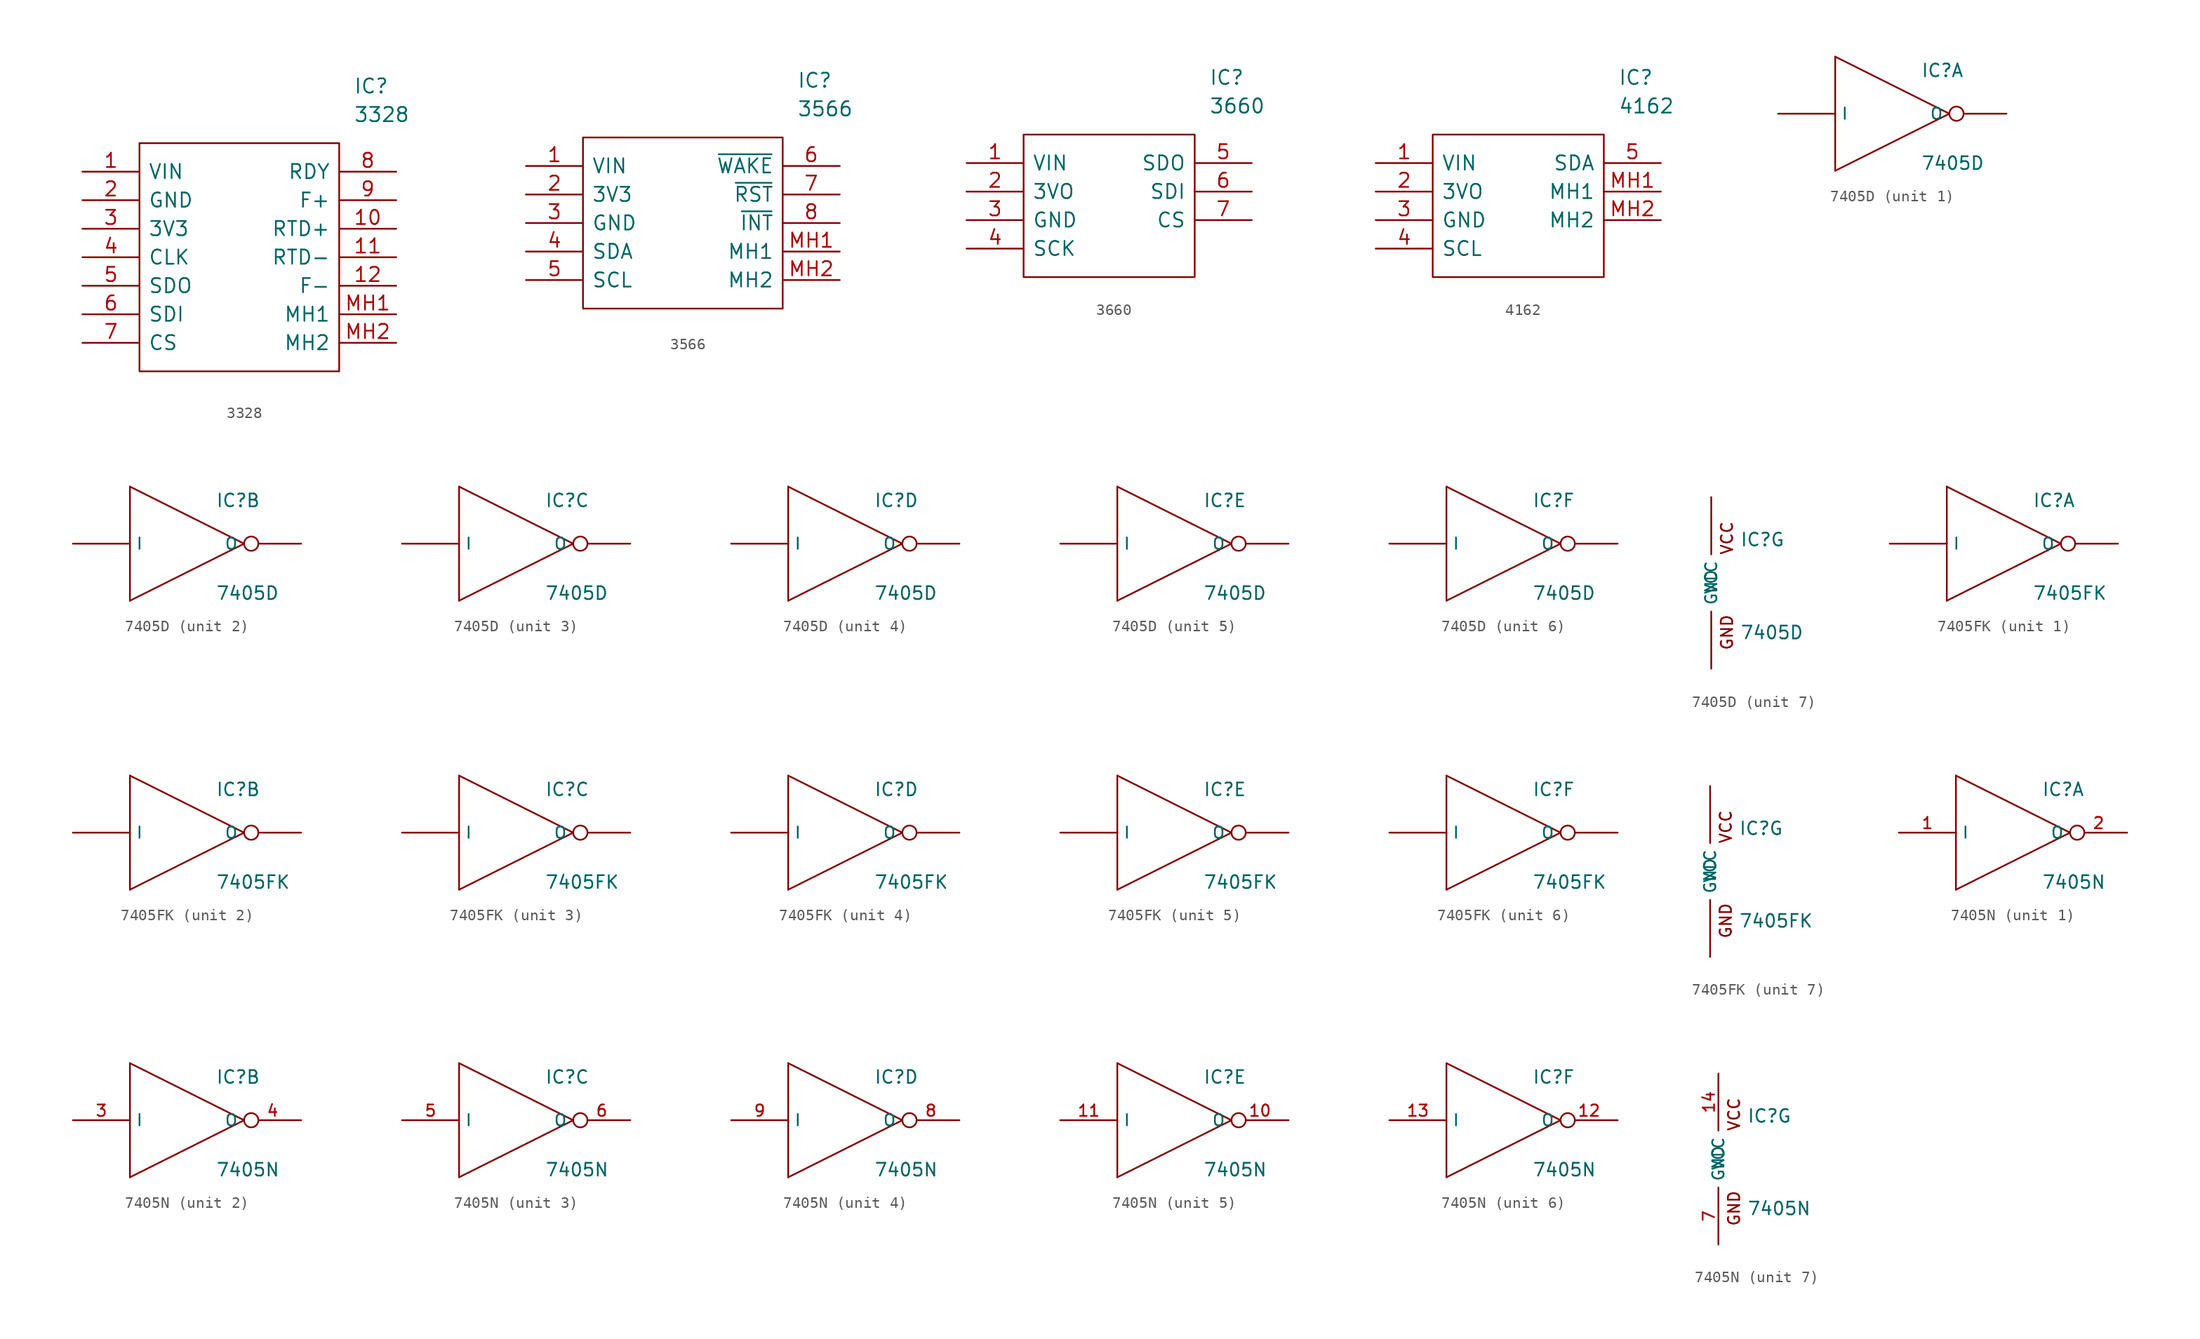
<source format=kicad_sym>
(kicad_symbol_lib
  (version 20201005)
  (generator kicad_symbol_editor)
  (symbol "Zimprich:3328"
    (pin_names
      (offset 0.762))
    (property "Reference" "IC"
      (at 24.13 7.62 0)
      (effects (font (size 1.27 1.27)) (justify left)))
    (property "Value" "3328"
      (at 24.13 5.08 0)
      (effects (font (size 1.27 1.27)) (justify left)))
    (symbol "3328_0_0"
      (pin bidirectional line (at 0 0 0) (length 5.08) (name "VIN" (effects (font (size 1.27 1.27)))) (number "1" (effects (font (size 1.27 1.27)))))
      (pin bidirectional line (at 27.94 -5.08 180) (length 5.08) (name "RTD+" (effects (font (size 1.27 1.27)))) (number "10" (effects (font (size 1.27 1.27)))))
      (pin bidirectional line (at 27.94 -7.62 180) (length 5.08) (name "RTD-" (effects (font (size 1.27 1.27)))) (number "11" (effects (font (size 1.27 1.27)))))
      (pin bidirectional line (at 27.94 -10.16 180) (length 5.08) (name "F-" (effects (font (size 1.27 1.27)))) (number "12" (effects (font (size 1.27 1.27)))))
      (pin bidirectional line (at 0 -2.54 0) (length 5.08) (name "GND" (effects (font (size 1.27 1.27)))) (number "2" (effects (font (size 1.27 1.27)))))
      (pin bidirectional line (at 0 -5.08 0) (length 5.08) (name "3V3" (effects (font (size 1.27 1.27)))) (number "3" (effects (font (size 1.27 1.27)))))
      (pin bidirectional line (at 0 -7.62 0) (length 5.08) (name "CLK" (effects (font (size 1.27 1.27)))) (number "4" (effects (font (size 1.27 1.27)))))
      (pin bidirectional line (at 0 -10.16 0) (length 5.08) (name "SDO" (effects (font (size 1.27 1.27)))) (number "5" (effects (font (size 1.27 1.27)))))
      (pin bidirectional line (at 0 -12.7 0) (length 5.08) (name "SDI" (effects (font (size 1.27 1.27)))) (number "6" (effects (font (size 1.27 1.27)))))
      (pin bidirectional line (at 0 -15.24 0) (length 5.08) (name "CS" (effects (font (size 1.27 1.27)))) (number "7" (effects (font (size 1.27 1.27)))))
      (pin bidirectional line (at 27.94 0 180) (length 5.08) (name "RDY" (effects (font (size 1.27 1.27)))) (number "8" (effects (font (size 1.27 1.27)))))
      (pin bidirectional line (at 27.94 -2.54 180) (length 5.08) (name "F+" (effects (font (size 1.27 1.27)))) (number "9" (effects (font (size 1.27 1.27)))))
      (pin bidirectional line (at 27.94 -12.7 180) (length 5.08) (name "MH1" (effects (font (size 1.27 1.27)))) (number "MH1" (effects (font (size 1.27 1.27)))))
      (pin bidirectional line (at 27.94 -15.24 180) (length 5.08) (name "MH2" (effects (font (size 1.27 1.27)))) (number "MH2" (effects (font (size 1.27 1.27))))))
    (symbol "3328_0_1"
      (polyline (pts (xy 5.08 2.54) (xy 22.86 2.54) (xy 22.86 -17.78) (xy 5.08 -17.78) (xy 5.08 2.54)) (stroke (width 0.152)) (fill (type none)))))
  (symbol "Zimprich:3566"
    (pin_names
      (offset 0.762))
    (property "Reference" "IC"
      (at 24.13 7.62 0)
      (effects (font (size 1.27 1.27)) (justify left)))
    (property "Value" "3566"
      (at 24.13 5.08 0)
      (effects (font (size 1.27 1.27)) (justify left)))
    (symbol "3566_0_0"
      (pin bidirectional line (at 0 0 0) (length 5.08) (name "VIN" (effects (font (size 1.27 1.27)))) (number "1" (effects (font (size 1.27 1.27)))))
      (pin bidirectional line (at 0 -2.54 0) (length 5.08) (name "3V3" (effects (font (size 1.27 1.27)))) (number "2" (effects (font (size 1.27 1.27)))))
      (pin bidirectional line (at 0 -5.08 0) (length 5.08) (name "GND" (effects (font (size 1.27 1.27)))) (number "3" (effects (font (size 1.27 1.27)))))
      (pin bidirectional line (at 0 -7.62 0) (length 5.08) (name "SDA" (effects (font (size 1.27 1.27)))) (number "4" (effects (font (size 1.27 1.27)))))
      (pin bidirectional line (at 0 -10.16 0) (length 5.08) (name "SCL" (effects (font (size 1.27 1.27)))) (number "5" (effects (font (size 1.27 1.27)))))
      (pin bidirectional line (at 27.94 0 180) (length 5.08) (name "~WAKE" (effects (font (size 1.27 1.27)))) (number "6" (effects (font (size 1.27 1.27)))))
      (pin bidirectional line (at 27.94 -2.54 180) (length 5.08) (name "~RST" (effects (font (size 1.27 1.27)))) (number "7" (effects (font (size 1.27 1.27)))))
      (pin bidirectional line (at 27.94 -5.08 180) (length 5.08) (name "~INT" (effects (font (size 1.27 1.27)))) (number "8" (effects (font (size 1.27 1.27)))))
      (pin bidirectional line (at 27.94 -7.62 180) (length 5.08) (name "MH1" (effects (font (size 1.27 1.27)))) (number "MH1" (effects (font (size 1.27 1.27)))))
      (pin bidirectional line (at 27.94 -10.16 180) (length 5.08) (name "MH2" (effects (font (size 1.27 1.27)))) (number "MH2" (effects (font (size 1.27 1.27))))))
    (symbol "3566_0_1"
      (polyline (pts (xy 5.08 2.54) (xy 22.86 2.54) (xy 22.86 -12.7) (xy 5.08 -12.7) (xy 5.08 2.54)) (stroke (width 0.152)) (fill (type none)))))
  (symbol "Zimprich:3660"
    (pin_names
      (offset 0.762))
    (property "Reference" "IC"
      (at 21.59 7.62 0)
      (effects (font (size 1.27 1.27)) (justify left)))
    (property "Value" "3660"
      (at 21.59 5.08 0)
      (effects (font (size 1.27 1.27)) (justify left)))
    (symbol "3660_0_0"
      (pin bidirectional line (at 0 0 0) (length 5.08) (name "VIN" (effects (font (size 1.27 1.27)))) (number "1" (effects (font (size 1.27 1.27)))))
      (pin bidirectional line (at 0 -2.54 0) (length 5.08) (name "3VO" (effects (font (size 1.27 1.27)))) (number "2" (effects (font (size 1.27 1.27)))))
      (pin bidirectional line (at 0 -5.08 0) (length 5.08) (name "GND" (effects (font (size 1.27 1.27)))) (number "3" (effects (font (size 1.27 1.27)))))
      (pin bidirectional line (at 0 -7.62 0) (length 5.08) (name "SCK" (effects (font (size 1.27 1.27)))) (number "4" (effects (font (size 1.27 1.27)))))
      (pin bidirectional line (at 25.4 0 180) (length 5.08) (name "SDO" (effects (font (size 1.27 1.27)))) (number "5" (effects (font (size 1.27 1.27)))))
      (pin bidirectional line (at 25.4 -2.54 180) (length 5.08) (name "SDI" (effects (font (size 1.27 1.27)))) (number "6" (effects (font (size 1.27 1.27)))))
      (pin bidirectional line (at 25.4 -5.08 180) (length 5.08) (name "CS" (effects (font (size 1.27 1.27)))) (number "7" (effects (font (size 1.27 1.27))))))
    (symbol "3660_0_1"
      (polyline (pts (xy 5.08 2.54) (xy 20.32 2.54) (xy 20.32 -10.16) (xy 5.08 -10.16) (xy 5.08 2.54)) (stroke (width 0.152)) (fill (type none)))))
  (symbol "Zimprich:4162"
    (pin_names
      (offset 0.762))
    (property "Reference" "IC"
      (at 21.59 7.62 0)
      (effects (font (size 1.27 1.27)) (justify left)))
    (property "Value" "4162"
      (at 21.59 5.08 0)
      (effects (font (size 1.27 1.27)) (justify left)))
    (symbol "4162_0_0"
      (pin unspecified line (at 0 0 0) (length 5.08) (name "VIN" (effects (font (size 1.27 1.27)))) (number "1" (effects (font (size 1.27 1.27)))))
      (pin unspecified line (at 0 -2.54 0) (length 5.08) (name "3VO" (effects (font (size 1.27 1.27)))) (number "2" (effects (font (size 1.27 1.27)))))
      (pin unspecified line (at 0 -5.08 0) (length 5.08) (name "GND" (effects (font (size 1.27 1.27)))) (number "3" (effects (font (size 1.27 1.27)))))
      (pin unspecified line (at 0 -7.62 0) (length 5.08) (name "SCL" (effects (font (size 1.27 1.27)))) (number "4" (effects (font (size 1.27 1.27)))))
      (pin unspecified line (at 25.4 0 180) (length 5.08) (name "SDA" (effects (font (size 1.27 1.27)))) (number "5" (effects (font (size 1.27 1.27)))))
      (pin unspecified line (at 25.4 -2.54 180) (length 5.08) (name "MH1" (effects (font (size 1.27 1.27)))) (number "MH1" (effects (font (size 1.27 1.27)))))
      (pin unspecified line (at 25.4 -5.08 180) (length 5.08) (name "MH2" (effects (font (size 1.27 1.27)))) (number "MH2" (effects (font (size 1.27 1.27))))))
    (symbol "4162_0_1"
      (polyline (pts (xy 5.08 2.54) (xy 20.32 2.54) (xy 20.32 -10.16) (xy 5.08 -10.16) (xy 5.08 2.54)) (stroke (width 0.152)) (fill (type none)))))
  (symbol "Zimprich:7405D"
    (pin_numbers hide)
    (property "Reference" "IC"
      (at 2.54 3.175 0)
      (effects (font (size 1.143 1.143)) (justify left bottom)))
    (property "Value" "7405D"
      (at 2.54 -5.08 0)
      (effects (font (size 1.143 1.143)) (justify left bottom)))
    (property "ki_locked" ""
      (at 0 0 0)
      (effects (font (size 1.27 1.27))))
    (symbol "7405D_1_0"
      (polyline (pts (xy -5.08 -5.08) (xy -5.08 5.08)) (stroke (width 0)) (fill (type none)))
      (polyline (pts (xy -5.08 5.08) (xy 5.08 0)) (stroke (width 0)) (fill (type none)))
      (polyline (pts (xy 5.08 0) (xy -5.08 -5.08)) (stroke (width 0)) (fill (type none))))
    (symbol "7405D_1_1"
      (pin input line (at -10.16 0 0) (length 5.08) (name "I" (effects (font (size 1.016 1.016)))) (number "1" (effects (font (size 1.016 1.016)))))
      (pin open_collector inverted (at 10.16 0 180) (length 5.08) (name "O" (effects (font (size 1.016 1.016)))) (number "2" (effects (font (size 1.016 1.016))))))
    (symbol "7405D_2_0"
      (polyline (pts (xy -5.08 -5.08) (xy -5.08 5.08)) (stroke (width 0)) (fill (type none)))
      (polyline (pts (xy -5.08 5.08) (xy 5.08 0)) (stroke (width 0)) (fill (type none)))
      (polyline (pts (xy 5.08 0) (xy -5.08 -5.08)) (stroke (width 0)) (fill (type none))))
    (symbol "7405D_2_1"
      (pin input line (at -10.16 0 0) (length 5.08) (name "I" (effects (font (size 1.016 1.016)))) (number "3" (effects (font (size 1.016 1.016)))))
      (pin open_collector inverted (at 10.16 0 180) (length 5.08) (name "O" (effects (font (size 1.016 1.016)))) (number "4" (effects (font (size 1.016 1.016))))))
    (symbol "7405D_3_0"
      (polyline (pts (xy -5.08 -5.08) (xy -5.08 5.08)) (stroke (width 0)) (fill (type none)))
      (polyline (pts (xy -5.08 5.08) (xy 5.08 0)) (stroke (width 0)) (fill (type none)))
      (polyline (pts (xy 5.08 0) (xy -5.08 -5.08)) (stroke (width 0)) (fill (type none))))
    (symbol "7405D_3_1"
      (pin input line (at -10.16 0 0) (length 5.08) (name "I" (effects (font (size 1.016 1.016)))) (number "5" (effects (font (size 1.016 1.016)))))
      (pin open_collector inverted (at 10.16 0 180) (length 5.08) (name "O" (effects (font (size 1.016 1.016)))) (number "6" (effects (font (size 1.016 1.016))))))
    (symbol "7405D_4_0"
      (polyline (pts (xy -5.08 -5.08) (xy -5.08 5.08)) (stroke (width 0)) (fill (type none)))
      (polyline (pts (xy -5.08 5.08) (xy 5.08 0)) (stroke (width 0)) (fill (type none)))
      (polyline (pts (xy 5.08 0) (xy -5.08 -5.08)) (stroke (width 0)) (fill (type none))))
    (symbol "7405D_4_1"
      (pin open_collector inverted (at 10.16 0 180) (length 5.08) (name "O" (effects (font (size 1.016 1.016)))) (number "8" (effects (font (size 1.016 1.016)))))
      (pin input line (at -10.16 0 0) (length 5.08) (name "I" (effects (font (size 1.016 1.016)))) (number "9" (effects (font (size 1.016 1.016))))))
    (symbol "7405D_5_0"
      (polyline (pts (xy -5.08 -5.08) (xy -5.08 5.08)) (stroke (width 0)) (fill (type none)))
      (polyline (pts (xy -5.08 5.08) (xy 5.08 0)) (stroke (width 0)) (fill (type none)))
      (polyline (pts (xy 5.08 0) (xy -5.08 -5.08)) (stroke (width 0)) (fill (type none))))
    (symbol "7405D_5_1"
      (pin open_collector inverted (at 10.16 0 180) (length 5.08) (name "O" (effects (font (size 1.016 1.016)))) (number "10" (effects (font (size 1.016 1.016)))))
      (pin input line (at -10.16 0 0) (length 5.08) (name "I" (effects (font (size 1.016 1.016)))) (number "11" (effects (font (size 1.016 1.016))))))
    (symbol "7405D_6_0"
      (polyline (pts (xy -5.08 -5.08) (xy -5.08 5.08)) (stroke (width 0)) (fill (type none)))
      (polyline (pts (xy -5.08 5.08) (xy 5.08 0)) (stroke (width 0)) (fill (type none)))
      (polyline (pts (xy 5.08 0) (xy -5.08 -5.08)) (stroke (width 0)) (fill (type none))))
    (symbol "7405D_6_1"
      (pin open_collector inverted (at 10.16 0 180) (length 5.08) (name "O" (effects (font (size 1.016 1.016)))) (number "12" (effects (font (size 1.016 1.016)))))
      (pin input line (at -10.16 0 0) (length 5.08) (name "I" (effects (font (size 1.016 1.016)))) (number "13" (effects (font (size 1.016 1.016))))))
    (symbol "7405D_7_0"
      (text "GND" (at 1.397 -4.394 900) (effects (font (size 1.016 1.016))))
      (text "VCC" (at 1.397 3.988 900) (effects (font (size 1.016 1.016)))))
    (symbol "7405D_7_1"
      (pin power_in line (at 0 7.62 270) (length 5.08) (name "VCC" (effects (font (size 1.016 1.016)))) (number "14" (effects (font (size 1.016 1.016)))))
      (pin power_in line (at 0 -7.62 90) (length 5.08) (name "GND" (effects (font (size 1.016 1.016)))) (number "7" (effects (font (size 1.016 1.016)))))))
  (symbol "Zimprich:7405FK"
    (pin_numbers hide)
    (property "Reference" "IC"
      (at 2.54 3.175 0)
      (effects (font (size 1.143 1.143)) (justify left bottom)))
    (property "Value" "7405FK"
      (at 2.54 -5.08 0)
      (effects (font (size 1.143 1.143)) (justify left bottom)))
    (property "ki_locked" ""
      (at 0 0 0)
      (effects (font (size 1.27 1.27))))
    (symbol "7405FK_1_0"
      (polyline (pts (xy -5.08 -5.08) (xy -5.08 5.08)) (stroke (width 0)) (fill (type none)))
      (polyline (pts (xy -5.08 5.08) (xy 5.08 0)) (stroke (width 0)) (fill (type none)))
      (polyline (pts (xy 5.08 0) (xy -5.08 -5.08)) (stroke (width 0)) (fill (type none))))
    (symbol "7405FK_1_1"
      (pin input line (at -10.16 0 0) (length 5.08) (name "I" (effects (font (size 1.016 1.016)))) (number "2" (effects (font (size 1.016 1.016)))))
      (pin open_collector inverted (at 10.16 0 180) (length 5.08) (name "O" (effects (font (size 1.016 1.016)))) (number "3" (effects (font (size 1.016 1.016))))))
    (symbol "7405FK_2_0"
      (polyline (pts (xy -5.08 -5.08) (xy -5.08 5.08)) (stroke (width 0)) (fill (type none)))
      (polyline (pts (xy -5.08 5.08) (xy 5.08 0)) (stroke (width 0)) (fill (type none)))
      (polyline (pts (xy 5.08 0) (xy -5.08 -5.08)) (stroke (width 0)) (fill (type none))))
    (symbol "7405FK_2_1"
      (pin input line (at -10.16 0 0) (length 5.08) (name "I" (effects (font (size 1.016 1.016)))) (number "4" (effects (font (size 1.016 1.016)))))
      (pin open_collector inverted (at 10.16 0 180) (length 5.08) (name "O" (effects (font (size 1.016 1.016)))) (number "6" (effects (font (size 1.016 1.016))))))
    (symbol "7405FK_3_0"
      (polyline (pts (xy -5.08 -5.08) (xy -5.08 5.08)) (stroke (width 0)) (fill (type none)))
      (polyline (pts (xy -5.08 5.08) (xy 5.08 0)) (stroke (width 0)) (fill (type none)))
      (polyline (pts (xy 5.08 0) (xy -5.08 -5.08)) (stroke (width 0)) (fill (type none))))
    (symbol "7405FK_3_1"
      (pin input line (at -10.16 0 0) (length 5.08) (name "I" (effects (font (size 1.016 1.016)))) (number "8" (effects (font (size 1.016 1.016)))))
      (pin open_collector inverted (at 10.16 0 180) (length 5.08) (name "O" (effects (font (size 1.016 1.016)))) (number "9" (effects (font (size 1.016 1.016))))))
    (symbol "7405FK_4_0"
      (polyline (pts (xy -5.08 -5.08) (xy -5.08 5.08)) (stroke (width 0)) (fill (type none)))
      (polyline (pts (xy -5.08 5.08) (xy 5.08 0)) (stroke (width 0)) (fill (type none)))
      (polyline (pts (xy 5.08 0) (xy -5.08 -5.08)) (stroke (width 0)) (fill (type none))))
    (symbol "7405FK_4_1"
      (pin open_collector inverted (at 10.16 0 180) (length 5.08) (name "O" (effects (font (size 1.016 1.016)))) (number "12" (effects (font (size 1.016 1.016)))))
      (pin input line (at -10.16 0 0) (length 5.08) (name "I" (effects (font (size 1.016 1.016)))) (number "13" (effects (font (size 1.016 1.016))))))
    (symbol "7405FK_5_0"
      (polyline (pts (xy -5.08 -5.08) (xy -5.08 5.08)) (stroke (width 0)) (fill (type none)))
      (polyline (pts (xy -5.08 5.08) (xy 5.08 0)) (stroke (width 0)) (fill (type none)))
      (polyline (pts (xy 5.08 0) (xy -5.08 -5.08)) (stroke (width 0)) (fill (type none))))
    (symbol "7405FK_5_1"
      (pin open_collector inverted (at 10.16 0 180) (length 5.08) (name "O" (effects (font (size 1.016 1.016)))) (number "14" (effects (font (size 1.016 1.016)))))
      (pin input line (at -10.16 0 0) (length 5.08) (name "I" (effects (font (size 1.016 1.016)))) (number "16" (effects (font (size 1.016 1.016))))))
    (symbol "7405FK_6_0"
      (polyline (pts (xy -5.08 -5.08) (xy -5.08 5.08)) (stroke (width 0)) (fill (type none)))
      (polyline (pts (xy -5.08 5.08) (xy 5.08 0)) (stroke (width 0)) (fill (type none)))
      (polyline (pts (xy 5.08 0) (xy -5.08 -5.08)) (stroke (width 0)) (fill (type none))))
    (symbol "7405FK_6_1"
      (pin open_collector inverted (at 10.16 0 180) (length 5.08) (name "O" (effects (font (size 1.016 1.016)))) (number "18" (effects (font (size 1.016 1.016)))))
      (pin input line (at -10.16 0 0) (length 5.08) (name "I" (effects (font (size 1.016 1.016)))) (number "19" (effects (font (size 1.016 1.016))))))
    (symbol "7405FK_7_0"
      (text "GND" (at 1.397 -4.394 900) (effects (font (size 1.016 1.016))))
      (text "VCC" (at 1.397 3.988 900) (effects (font (size 1.016 1.016)))))
    (symbol "7405FK_7_1"
      (pin power_in line (at 0 -7.62 90) (length 5.08) (name "GND" (effects (font (size 1.016 1.016)))) (number "10" (effects (font (size 1.016 1.016)))))
      (pin power_in line (at 0 7.62 270) (length 5.08) (name "VCC" (effects (font (size 1.016 1.016)))) (number "20" (effects (font (size 1.016 1.016)))))))
  (symbol "Zimprich:7405N"
    (property "Reference" "IC"
      (at 2.54 3.175 0)
      (effects (font (size 1.143 1.143)) (justify left bottom)))
    (property "Value" "7405N"
      (at 2.54 -5.08 0)
      (effects (font (size 1.143 1.143)) (justify left bottom)))
    (property "ki_locked" ""
      (at 0 0 0)
      (effects (font (size 1.27 1.27))))
    (symbol "7405N_1_0"
      (polyline (pts (xy -5.08 -5.08) (xy -5.08 5.08)) (stroke (width 0)) (fill (type none)))
      (polyline (pts (xy -5.08 5.08) (xy 5.08 0)) (stroke (width 0)) (fill (type none)))
      (polyline (pts (xy 5.08 0) (xy -5.08 -5.08)) (stroke (width 0)) (fill (type none))))
    (symbol "7405N_1_1"
      (pin input line (at -10.16 0 0) (length 5.08) (name "I" (effects (font (size 1.016 1.016)))) (number "1" (effects (font (size 1.016 1.016)))))
      (pin open_collector inverted (at 10.16 0 180) (length 5.08) (name "O" (effects (font (size 1.016 1.016)))) (number "2" (effects (font (size 1.016 1.016))))))
    (symbol "7405N_2_0"
      (polyline (pts (xy -5.08 -5.08) (xy -5.08 5.08)) (stroke (width 0)) (fill (type none)))
      (polyline (pts (xy -5.08 5.08) (xy 5.08 0)) (stroke (width 0)) (fill (type none)))
      (polyline (pts (xy 5.08 0) (xy -5.08 -5.08)) (stroke (width 0)) (fill (type none))))
    (symbol "7405N_2_1"
      (pin input line (at -10.16 0 0) (length 5.08) (name "I" (effects (font (size 1.016 1.016)))) (number "3" (effects (font (size 1.016 1.016)))))
      (pin open_collector inverted (at 10.16 0 180) (length 5.08) (name "O" (effects (font (size 1.016 1.016)))) (number "4" (effects (font (size 1.016 1.016))))))
    (symbol "7405N_3_0"
      (polyline (pts (xy -5.08 -5.08) (xy -5.08 5.08)) (stroke (width 0)) (fill (type none)))
      (polyline (pts (xy -5.08 5.08) (xy 5.08 0)) (stroke (width 0)) (fill (type none)))
      (polyline (pts (xy 5.08 0) (xy -5.08 -5.08)) (stroke (width 0)) (fill (type none))))
    (symbol "7405N_3_1"
      (pin input line (at -10.16 0 0) (length 5.08) (name "I" (effects (font (size 1.016 1.016)))) (number "5" (effects (font (size 1.016 1.016)))))
      (pin open_collector inverted (at 10.16 0 180) (length 5.08) (name "O" (effects (font (size 1.016 1.016)))) (number "6" (effects (font (size 1.016 1.016))))))
    (symbol "7405N_4_0"
      (polyline (pts (xy -5.08 -5.08) (xy -5.08 5.08)) (stroke (width 0)) (fill (type none)))
      (polyline (pts (xy -5.08 5.08) (xy 5.08 0)) (stroke (width 0)) (fill (type none)))
      (polyline (pts (xy 5.08 0) (xy -5.08 -5.08)) (stroke (width 0)) (fill (type none))))
    (symbol "7405N_4_1"
      (pin open_collector inverted (at 10.16 0 180) (length 5.08) (name "O" (effects (font (size 1.016 1.016)))) (number "8" (effects (font (size 1.016 1.016)))))
      (pin input line (at -10.16 0 0) (length 5.08) (name "I" (effects (font (size 1.016 1.016)))) (number "9" (effects (font (size 1.016 1.016))))))
    (symbol "7405N_5_0"
      (polyline (pts (xy -5.08 -5.08) (xy -5.08 5.08)) (stroke (width 0)) (fill (type none)))
      (polyline (pts (xy -5.08 5.08) (xy 5.08 0)) (stroke (width 0)) (fill (type none)))
      (polyline (pts (xy 5.08 0) (xy -5.08 -5.08)) (stroke (width 0)) (fill (type none))))
    (symbol "7405N_5_1"
      (pin open_collector inverted (at 10.16 0 180) (length 5.08) (name "O" (effects (font (size 1.016 1.016)))) (number "10" (effects (font (size 1.016 1.016)))))
      (pin input line (at -10.16 0 0) (length 5.08) (name "I" (effects (font (size 1.016 1.016)))) (number "11" (effects (font (size 1.016 1.016))))))
    (symbol "7405N_6_0"
      (polyline (pts (xy -5.08 -5.08) (xy -5.08 5.08)) (stroke (width 0)) (fill (type none)))
      (polyline (pts (xy -5.08 5.08) (xy 5.08 0)) (stroke (width 0)) (fill (type none)))
      (polyline (pts (xy 5.08 0) (xy -5.08 -5.08)) (stroke (width 0)) (fill (type none))))
    (symbol "7405N_6_1"
      (pin open_collector inverted (at 10.16 0 180) (length 5.08) (name "O" (effects (font (size 1.016 1.016)))) (number "12" (effects (font (size 1.016 1.016)))))
      (pin input line (at -10.16 0 0) (length 5.08) (name "I" (effects (font (size 1.016 1.016)))) (number "13" (effects (font (size 1.016 1.016))))))
    (symbol "7405N_7_0"
      (text "GND" (at 1.397 -4.394 900) (effects (font (size 1.016 1.016))))
      (text "VCC" (at 1.397 3.988 900) (effects (font (size 1.016 1.016)))))
    (symbol "7405N_7_1"
      (pin power_in line (at 0 7.62 270) (length 5.08) (name "VCC" (effects (font (size 1.016 1.016)))) (number "14" (effects (font (size 1.016 1.016)))))
      (pin power_in line (at 0 -7.62 90) (length 5.08) (name "GND" (effects (font (size 1.016 1.016)))) (number "7" (effects (font (size 1.016 1.016))))))))
</source>
